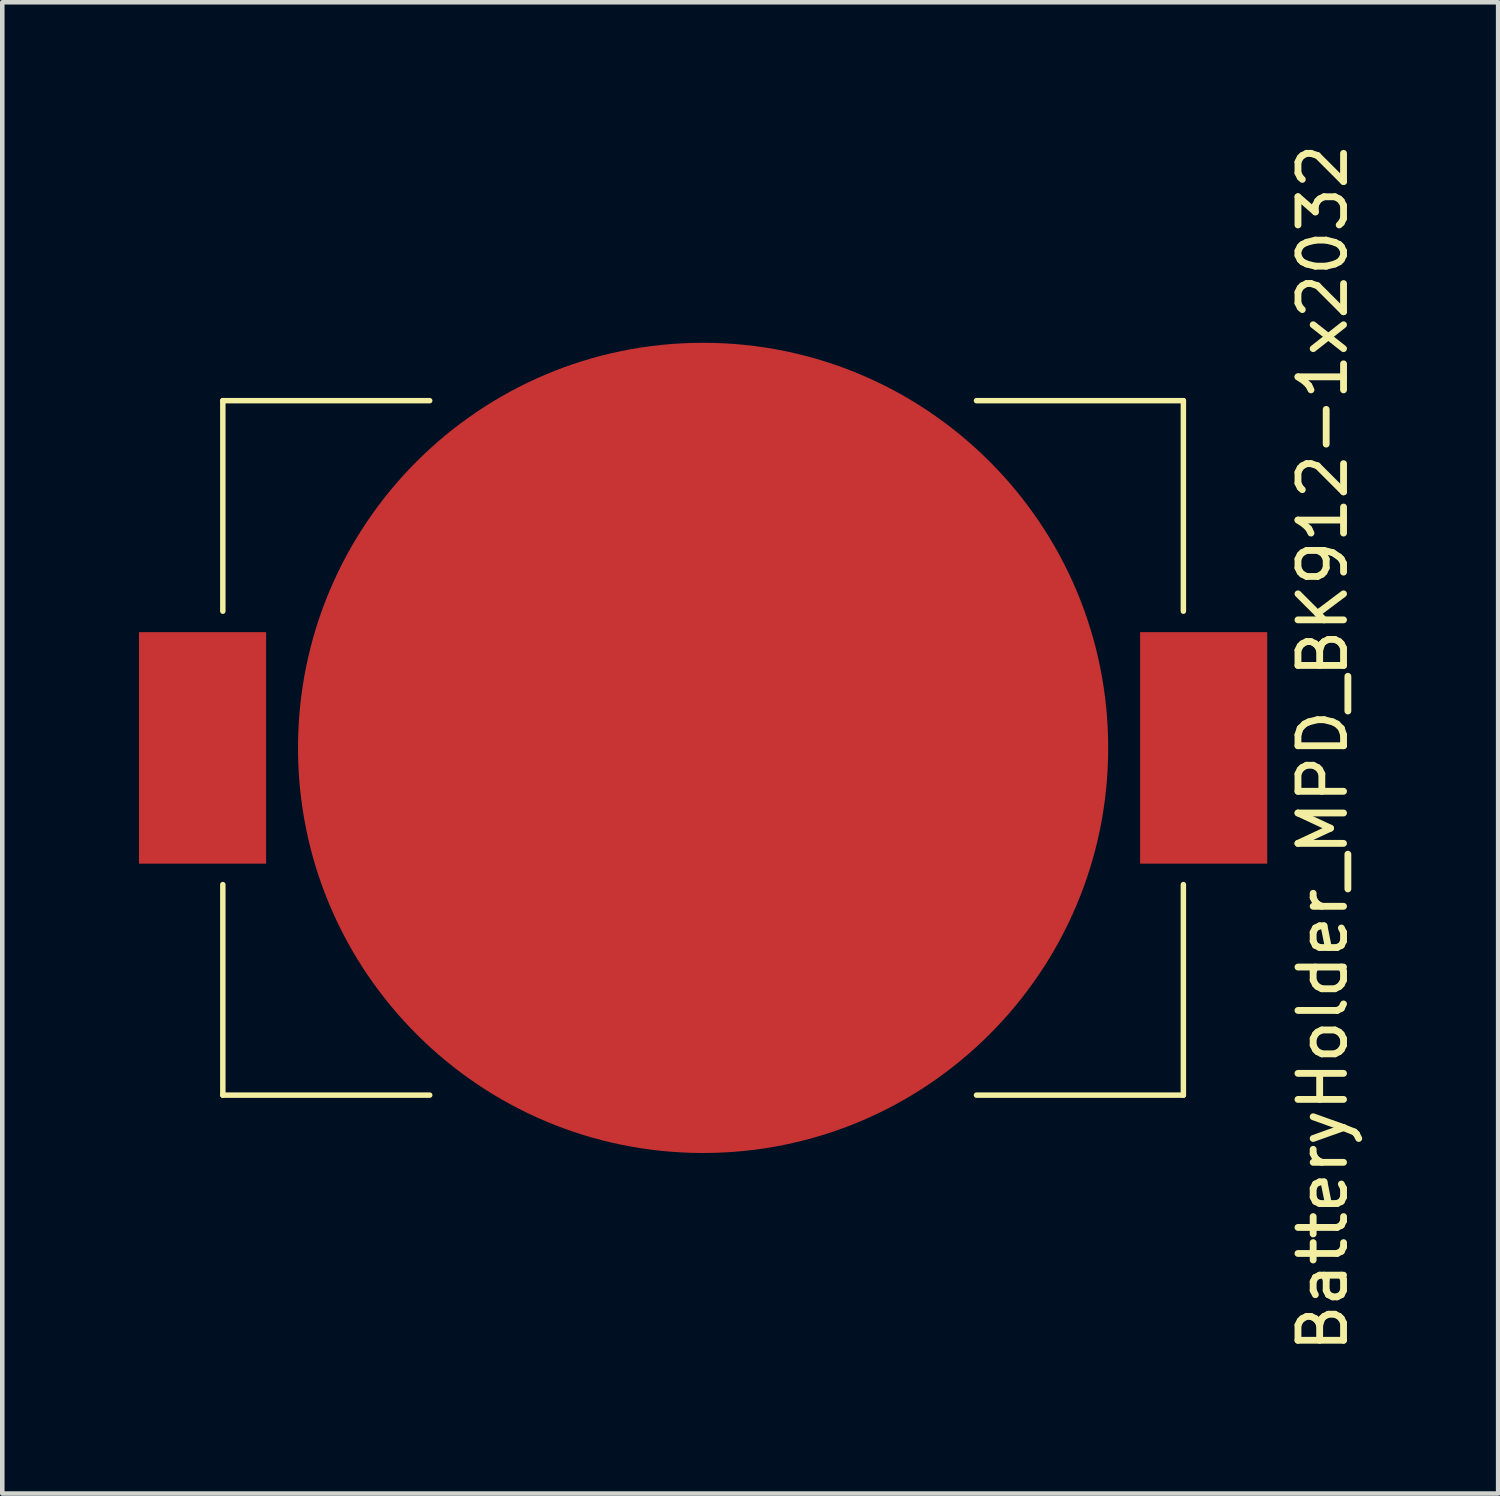
<source format=kicad_pcb>
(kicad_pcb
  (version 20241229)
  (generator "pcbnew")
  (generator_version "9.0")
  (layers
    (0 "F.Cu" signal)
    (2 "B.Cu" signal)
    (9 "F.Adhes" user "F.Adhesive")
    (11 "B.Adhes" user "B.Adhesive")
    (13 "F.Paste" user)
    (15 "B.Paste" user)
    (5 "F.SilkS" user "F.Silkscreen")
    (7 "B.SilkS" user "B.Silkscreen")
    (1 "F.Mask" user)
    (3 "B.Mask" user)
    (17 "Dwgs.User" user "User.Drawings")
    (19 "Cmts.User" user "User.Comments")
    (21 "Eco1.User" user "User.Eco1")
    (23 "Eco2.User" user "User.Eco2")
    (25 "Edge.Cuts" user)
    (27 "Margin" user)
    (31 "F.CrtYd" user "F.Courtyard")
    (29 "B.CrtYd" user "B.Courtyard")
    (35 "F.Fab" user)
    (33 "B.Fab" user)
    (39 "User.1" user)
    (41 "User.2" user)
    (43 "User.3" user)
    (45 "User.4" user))
  (footprint "BatteryHolder_MPD_BK912-1x2032"
    (layer "F.Cu")
    (at 12.38 13.363)
    (property "Reference" "BatteryHolder_MPD_BK912-1x2032" (at 13.6 0 90) (unlocked yes) (layer "F.SilkS") (effects (font (size 1 1) (thickness 0.15))))
    (fp_line (start -10.54 -7.62) (end -10.54 -3) (stroke (width 0.12) (type solid)) (layer "F.SilkS"))
    (fp_line (start -10.54 -7.62) (end -6 -7.62) (stroke (width 0.12) (type solid)) (layer "F.SilkS"))
    (fp_line (start -10.54 3) (end -10.54 7.62) (stroke (width 0.12) (type solid)) (layer "F.SilkS"))
    (fp_line (start -10.54 7.62) (end -6 7.62) (stroke (width 0.12) (type solid)) (layer "F.SilkS"))
    (fp_line (start 6 -7.62) (end 10.54 -7.62) (stroke (width 0.12) (type solid)) (layer "F.SilkS"))
    (fp_line (start 6 7.62) (end 10.54 7.62) (stroke (width 0.12) (type solid)) (layer "F.SilkS"))
    (fp_line (start 10.54 -7.62) (end 10.54 -3) (stroke (width 0.12) (type solid)) (layer "F.SilkS"))
    (fp_line (start 10.54 3) (end 10.54 7.62) (stroke (width 0.12) (type solid)) (layer "F.SilkS"))
    (pad "1" smd rect (at -10.985 0) (size 2.79 5.08) (layers "F.Cu" "F.Mask" "F.Paste"))
    (pad "1" smd rect (at 10.985 0) (size 2.79 5.08) (layers "F.Cu" "F.Mask" "F.Paste"))
    (pad "2" smd circle (at 0 0) (size 17.78 17.78) (layers "F.Cu" "F.Mask" "F.Paste")))
  (gr_rect
    (start -3 -3)
    (end 29.828 29.726)
    (stroke (width 0.1) (type default))
    (fill no)
    (layer "Edge.Cuts")))
</source>
